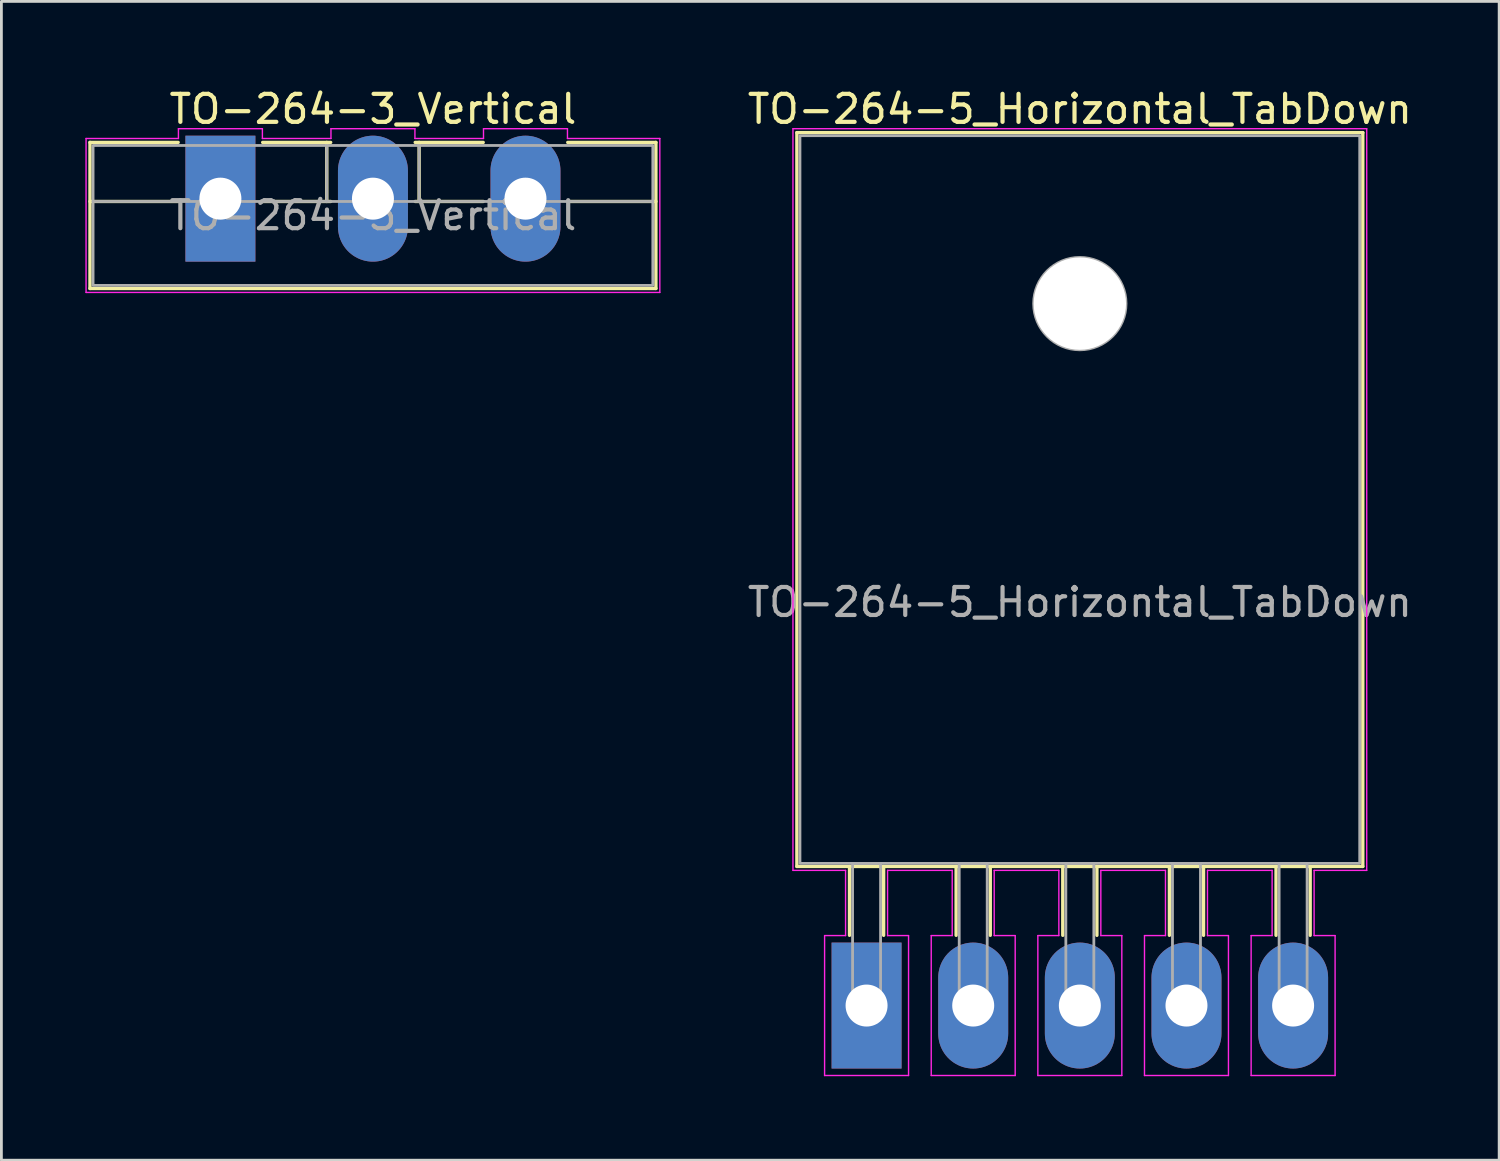
<source format=kicad_pcb>
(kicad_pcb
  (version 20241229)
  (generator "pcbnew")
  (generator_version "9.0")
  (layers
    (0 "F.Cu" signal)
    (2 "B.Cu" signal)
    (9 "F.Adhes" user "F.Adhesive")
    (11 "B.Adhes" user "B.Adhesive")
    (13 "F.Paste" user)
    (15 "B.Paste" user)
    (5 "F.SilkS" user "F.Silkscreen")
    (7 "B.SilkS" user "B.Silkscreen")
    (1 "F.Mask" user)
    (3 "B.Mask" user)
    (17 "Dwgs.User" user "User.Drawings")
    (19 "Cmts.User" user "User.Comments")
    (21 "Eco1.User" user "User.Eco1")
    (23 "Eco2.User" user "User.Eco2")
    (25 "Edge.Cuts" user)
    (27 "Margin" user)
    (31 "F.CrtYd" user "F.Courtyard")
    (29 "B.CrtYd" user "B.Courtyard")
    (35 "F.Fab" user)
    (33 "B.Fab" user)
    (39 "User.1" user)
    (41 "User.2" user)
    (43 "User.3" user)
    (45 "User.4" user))
  (footprint "TO-264-5_Horizontal_TabDown"
    (layer "F.Cu")
    (at 27.912 32.878)
    (property "Reference" "TO-264-5_Horizontal_TabDown" (at 7.62 -32.03 0) (layer "F.SilkS") (effects (font (size 1 1) (thickness 0.15))))
    (attr through_hole)
    (fp_line (start -2.49 -31.19) (end 17.73 -31.19) (stroke (width 0.12) (type solid)) (layer "F.SilkS"))
    (fp_line (start -2.49 -4.97) (end -2.49 -31.19) (stroke (width 0.12) (type solid)) (layer "F.SilkS"))
    (fp_line (start -2.49 -4.97) (end 17.73 -4.97) (stroke (width 0.12) (type solid)) (layer "F.SilkS"))
    (fp_line (start -0.61 -4.97) (end -0.61 -2.51) (stroke (width 0.12) (type solid)) (layer "F.SilkS"))
    (fp_line (start 0.61 -4.97) (end 0.61 -2.51) (stroke (width 0.12) (type solid)) (layer "F.SilkS"))
    (fp_line (start 3.2 -4.97) (end 3.2 -2.51) (stroke (width 0.12) (type solid)) (layer "F.SilkS"))
    (fp_line (start 4.42 -4.97) (end 4.42 -2.51) (stroke (width 0.12) (type solid)) (layer "F.SilkS"))
    (fp_line (start 7.01 -4.97) (end 7.01 -2.51) (stroke (width 0.12) (type solid)) (layer "F.SilkS"))
    (fp_line (start 8.23 -4.97) (end 8.23 -2.51) (stroke (width 0.12) (type solid)) (layer "F.SilkS"))
    (fp_line (start 10.82 -4.97) (end 10.82 -2.51) (stroke (width 0.12) (type solid)) (layer "F.SilkS"))
    (fp_line (start 12.04 -4.97) (end 12.04 -2.51) (stroke (width 0.12) (type solid)) (layer "F.SilkS"))
    (fp_line (start 14.63 -4.97) (end 14.63 -2.51) (stroke (width 0.12) (type solid)) (layer "F.SilkS"))
    (fp_line (start 15.85 -4.97) (end 15.85 -2.51) (stroke (width 0.12) (type solid)) (layer "F.SilkS"))
    (fp_line (start 17.73 -4.97) (end 17.73 -31.19) (stroke (width 0.12) (type solid)) (layer "F.SilkS"))
    (fp_line (start -2.63 -31.33) (end 17.87 -31.33) (stroke (width 0.05) (type solid)) (layer "F.CrtYd"))
    (fp_line (start -2.63 -4.83) (end -2.63 -31.33) (stroke (width 0.05) (type solid)) (layer "F.CrtYd"))
    (fp_line (start -1.5 -2.5) (end -0.75 -2.5) (stroke (width 0.05) (type solid)) (layer "F.CrtYd"))
    (fp_line (start -1.5 2.5) (end -1.5 -2.5) (stroke (width 0.05) (type solid)) (layer "F.CrtYd"))
    (fp_line (start -0.75 -4.83) (end -2.63 -4.83) (stroke (width 0.05) (type solid)) (layer "F.CrtYd"))
    (fp_line (start -0.75 -2.5) (end -0.75 -4.83) (stroke (width 0.05) (type solid)) (layer "F.CrtYd"))
    (fp_line (start 0.75 -4.83) (end 0.75 -2.5) (stroke (width 0.05) (type solid)) (layer "F.CrtYd"))
    (fp_line (start 0.75 -2.5) (end 1.5 -2.5) (stroke (width 0.05) (type solid)) (layer "F.CrtYd"))
    (fp_line (start 1.5 -2.5) (end 1.5 2.5) (stroke (width 0.05) (type solid)) (layer "F.CrtYd"))
    (fp_line (start 1.5 2.5) (end -1.5 2.5) (stroke (width 0.05) (type solid)) (layer "F.CrtYd"))
    (fp_line (start 2.31 -2.5) (end 3.06 -2.5) (stroke (width 0.05) (type solid)) (layer "F.CrtYd"))
    (fp_line (start 2.31 2.5) (end 2.31 -2.5) (stroke (width 0.05) (type solid)) (layer "F.CrtYd"))
    (fp_line (start 3.06 -4.83) (end 0.75 -4.83) (stroke (width 0.05) (type solid)) (layer "F.CrtYd"))
    (fp_line (start 3.06 -2.5) (end 3.06 -4.83) (stroke (width 0.05) (type solid)) (layer "F.CrtYd"))
    (fp_line (start 4.56 -4.83) (end 4.56 -2.5) (stroke (width 0.05) (type solid)) (layer "F.CrtYd"))
    (fp_line (start 4.56 -2.5) (end 5.31 -2.5) (stroke (width 0.05) (type solid)) (layer "F.CrtYd"))
    (fp_line (start 5.31 -2.5) (end 5.31 2.5) (stroke (width 0.05) (type solid)) (layer "F.CrtYd"))
    (fp_line (start 5.31 2.5) (end 2.31 2.5) (stroke (width 0.05) (type solid)) (layer "F.CrtYd"))
    (fp_line (start 6.12 -2.5) (end 6.87 -2.5) (stroke (width 0.05) (type solid)) (layer "F.CrtYd"))
    (fp_line (start 6.12 2.5) (end 6.12 -2.5) (stroke (width 0.05) (type solid)) (layer "F.CrtYd"))
    (fp_line (start 6.87 -4.83) (end 4.56 -4.83) (stroke (width 0.05) (type solid)) (layer "F.CrtYd"))
    (fp_line (start 6.87 -2.5) (end 6.87 -4.83) (stroke (width 0.05) (type solid)) (layer "F.CrtYd"))
    (fp_line (start 8.37 -4.83) (end 8.37 -2.5) (stroke (width 0.05) (type solid)) (layer "F.CrtYd"))
    (fp_line (start 8.37 -2.5) (end 9.12 -2.5) (stroke (width 0.05) (type solid)) (layer "F.CrtYd"))
    (fp_line (start 9.12 -2.5) (end 9.12 2.5) (stroke (width 0.05) (type solid)) (layer "F.CrtYd"))
    (fp_line (start 9.12 2.5) (end 6.12 2.5) (stroke (width 0.05) (type solid)) (layer "F.CrtYd"))
    (fp_line (start 9.93 -2.5) (end 10.68 -2.5) (stroke (width 0.05) (type solid)) (layer "F.CrtYd"))
    (fp_line (start 9.93 2.5) (end 9.93 -2.5) (stroke (width 0.05) (type solid)) (layer "F.CrtYd"))
    (fp_line (start 10.68 -4.83) (end 8.37 -4.83) (stroke (width 0.05) (type solid)) (layer "F.CrtYd"))
    (fp_line (start 10.68 -2.5) (end 10.68 -4.83) (stroke (width 0.05) (type solid)) (layer "F.CrtYd"))
    (fp_line (start 12.18 -4.83) (end 12.18 -2.5) (stroke (width 0.05) (type solid)) (layer "F.CrtYd"))
    (fp_line (start 12.18 -2.5) (end 12.93 -2.5) (stroke (width 0.05) (type solid)) (layer "F.CrtYd"))
    (fp_line (start 12.93 -2.5) (end 12.93 2.5) (stroke (width 0.05) (type solid)) (layer "F.CrtYd"))
    (fp_line (start 12.93 2.5) (end 9.93 2.5) (stroke (width 0.05) (type solid)) (layer "F.CrtYd"))
    (fp_line (start 13.74 -2.5) (end 14.49 -2.5) (stroke (width 0.05) (type solid)) (layer "F.CrtYd"))
    (fp_line (start 13.74 2.5) (end 13.74 -2.5) (stroke (width 0.05) (type solid)) (layer "F.CrtYd"))
    (fp_line (start 14.49 -4.83) (end 12.18 -4.83) (stroke (width 0.05) (type solid)) (layer "F.CrtYd"))
    (fp_line (start 14.49 -2.5) (end 14.49 -4.83) (stroke (width 0.05) (type solid)) (layer "F.CrtYd"))
    (fp_line (start 15.99 -4.83) (end 15.99 -2.5) (stroke (width 0.05) (type solid)) (layer "F.CrtYd"))
    (fp_line (start 15.99 -2.5) (end 16.74 -2.5) (stroke (width 0.05) (type solid)) (layer "F.CrtYd"))
    (fp_line (start 16.74 -2.5) (end 16.74 2.5) (stroke (width 0.05) (type solid)) (layer "F.CrtYd"))
    (fp_line (start 16.74 2.5) (end 13.74 2.5) (stroke (width 0.05) (type solid)) (layer "F.CrtYd"))
    (fp_line (start 17.87 -31.33) (end 17.87 -4.83) (stroke (width 0.05) (type solid)) (layer "F.CrtYd"))
    (fp_line (start 17.87 -4.83) (end 15.99 -4.83) (stroke (width 0.05) (type solid)) (layer "F.CrtYd"))
    (fp_rect (start -2.38 -5.08) (end 17.62 -31.08) (stroke (width 0.1) (type solid)) (fill no) (layer "F.Fab"))
    (fp_rect (start -0.5 -5.08) (end 0.5 0) (stroke (width 0.1) (type solid)) (fill no) (layer "F.Fab"))
    (fp_rect (start 3.31 -5.08) (end 4.31 0) (stroke (width 0.1) (type solid)) (fill no) (layer "F.Fab"))
    (fp_rect (start 7.12 -5.08) (end 8.12 0) (stroke (width 0.1) (type solid)) (fill no) (layer "F.Fab"))
    (fp_rect (start 10.93 -5.08) (end 11.93 0) (stroke (width 0.1) (type solid)) (fill no) (layer "F.Fab"))
    (fp_rect (start 14.74 -5.08) (end 15.74 0) (stroke (width 0.1) (type solid)) (fill no) (layer "F.Fab"))
    (fp_circle (center 7.62 -25.08) (end 9.27 -25.08) (stroke (width 0.1) (type solid)) (fill no) (layer "F.Fab"))
    (fp_text user "${REFERENCE}" (at 7.62 -14.41 0) (layer "F.Fab") (effects (font (size 1 1) (thickness 0.15))))
    (pad "" np_thru_hole circle (at 7.62 -25.08) (size 3.3 3.3) (drill 3.3) (layers "*.Cu" "*.Mask"))
    (pad "1" thru_hole rect (at 0 0) (size 2.5 4.5) (drill 1.5) (layers "*.Cu" "*.Mask"))
    (pad "2" thru_hole oval (at 3.81 0) (size 2.5 4.5) (drill 1.5) (layers "*.Cu" "*.Mask"))
    (pad "3" thru_hole oval (at 7.62 0) (size 2.5 4.5) (drill 1.5) (layers "*.Cu" "*.Mask"))
    (pad "4" thru_hole oval (at 11.43 0) (size 2.5 4.5) (drill 1.5) (layers "*.Cu" "*.Mask"))
    (pad "5" thru_hole oval (at 15.24 0) (size 2.5 4.5) (drill 1.5) (layers "*.Cu" "*.Mask")))
  (footprint "TO-264-3_Vertical"
    (layer "F.Cu")
    (at 4.825 4.048)
    (property "Reference" "TO-264-3_Vertical" (at 5.45 -3.2 0) (layer "F.SilkS") (effects (font (size 1 1) (thickness 0.15))))
    (attr through_hole)
    (fp_line (start -4.66 -2.01) (end -4.66 3.21) (stroke (width 0.12) (type solid)) (layer "F.SilkS"))
    (fp_line (start -4.66 -2.01) (end -1.51 -2.01) (stroke (width 0.12) (type solid)) (layer "F.SilkS"))
    (fp_line (start -4.66 0.1) (end -1.51 0.1) (stroke (width 0.12) (type solid)) (layer "F.SilkS"))
    (fp_line (start -4.66 3.21) (end 15.56 3.21) (stroke (width 0.12) (type solid)) (layer "F.SilkS"))
    (fp_line (start 1.51 -2.01) (end 3.94 -2.01) (stroke (width 0.12) (type solid)) (layer "F.SilkS"))
    (fp_line (start 1.51 0.1) (end 3.94 0.1) (stroke (width 0.12) (type solid)) (layer "F.SilkS"))
    (fp_line (start 3.8 -2.01) (end 3.8 0.1) (stroke (width 0.12) (type solid)) (layer "F.SilkS"))
    (fp_line (start 6.96 -2.01) (end 9.39 -2.01) (stroke (width 0.12) (type solid)) (layer "F.SilkS"))
    (fp_line (start 6.96 0.1) (end 9.39 0.1) (stroke (width 0.12) (type solid)) (layer "F.SilkS"))
    (fp_line (start 7.1 -2.01) (end 7.1 0.1) (stroke (width 0.12) (type solid)) (layer "F.SilkS"))
    (fp_line (start 12.41 -2.01) (end 15.56 -2.01) (stroke (width 0.12) (type solid)) (layer "F.SilkS"))
    (fp_line (start 12.41 0.1) (end 15.56 0.1) (stroke (width 0.12) (type solid)) (layer "F.SilkS"))
    (fp_line (start 15.56 -2.01) (end 15.56 3.21) (stroke (width 0.12) (type solid)) (layer "F.SilkS"))
    (fp_line (start -4.8 -2.15) (end -1.5 -2.15) (stroke (width 0.05) (type solid)) (layer "F.CrtYd"))
    (fp_line (start -4.8 3.35) (end -4.8 -2.15) (stroke (width 0.05) (type solid)) (layer "F.CrtYd"))
    (fp_line (start -1.5 -2.5) (end 1.5 -2.5) (stroke (width 0.05) (type solid)) (layer "F.CrtYd"))
    (fp_line (start -1.5 -2.15) (end -1.5 -2.5) (stroke (width 0.05) (type solid)) (layer "F.CrtYd"))
    (fp_line (start 1.5 -2.5) (end 1.5 -2.15) (stroke (width 0.05) (type solid)) (layer "F.CrtYd"))
    (fp_line (start 1.5 -2.15) (end 3.95 -2.15) (stroke (width 0.05) (type solid)) (layer "F.CrtYd"))
    (fp_line (start 3.95 -2.5) (end 6.95 -2.5) (stroke (width 0.05) (type solid)) (layer "F.CrtYd"))
    (fp_line (start 3.95 -2.15) (end 3.95 -2.5) (stroke (width 0.05) (type solid)) (layer "F.CrtYd"))
    (fp_line (start 6.95 -2.5) (end 6.95 -2.15) (stroke (width 0.05) (type solid)) (layer "F.CrtYd"))
    (fp_line (start 6.95 -2.15) (end 9.4 -2.15) (stroke (width 0.05) (type solid)) (layer "F.CrtYd"))
    (fp_line (start 9.4 -2.5) (end 12.4 -2.5) (stroke (width 0.05) (type solid)) (layer "F.CrtYd"))
    (fp_line (start 9.4 -2.15) (end 9.4 -2.5) (stroke (width 0.05) (type solid)) (layer "F.CrtYd"))
    (fp_line (start 12.4 -2.5) (end 12.4 -2.15) (stroke (width 0.05) (type solid)) (layer "F.CrtYd"))
    (fp_line (start 12.4 -2.15) (end 15.7 -2.15) (stroke (width 0.05) (type solid)) (layer "F.CrtYd"))
    (fp_line (start 15.7 -2.15) (end 15.7 3.35) (stroke (width 0.05) (type solid)) (layer "F.CrtYd"))
    (fp_line (start 15.7 3.35) (end -4.8 3.35) (stroke (width 0.05) (type solid)) (layer "F.CrtYd"))
    (fp_line (start -4.55 0.1) (end 15.45 0.1) (stroke (width 0.1) (type solid)) (layer "F.Fab"))
    (fp_line (start 3.8 -1.9) (end 3.8 0.1) (stroke (width 0.1) (type solid)) (layer "F.Fab"))
    (fp_line (start 7.1 -1.9) (end 7.1 0.1) (stroke (width 0.1) (type solid)) (layer "F.Fab"))
    (fp_rect (start -4.55 -1.9) (end 15.45 3.1) (stroke (width 0.1) (type solid)) (fill no) (layer "F.Fab"))
    (fp_text user "${REFERENCE}" (at 5.45 0.6 0) (layer "F.Fab") (effects (font (size 1 1) (thickness 0.15))))
    (pad "1" thru_hole rect (at 0 0) (size 2.5 4.5) (drill 1.5) (layers "*.Cu" "*.Mask"))
    (pad "2" thru_hole oval (at 5.45 0) (size 2.5 4.5) (drill 1.5) (layers "*.Cu" "*.Mask"))
    (pad "3" thru_hole oval (at 10.9 0) (size 2.5 4.5) (drill 1.5) (layers "*.Cu" "*.Mask")))
  (gr_rect
    (start -3 -3)
    (end 50.514 38.403)
    (stroke (width 0.1) (type default))
    (fill no)
    (layer "Edge.Cuts")))
</source>
